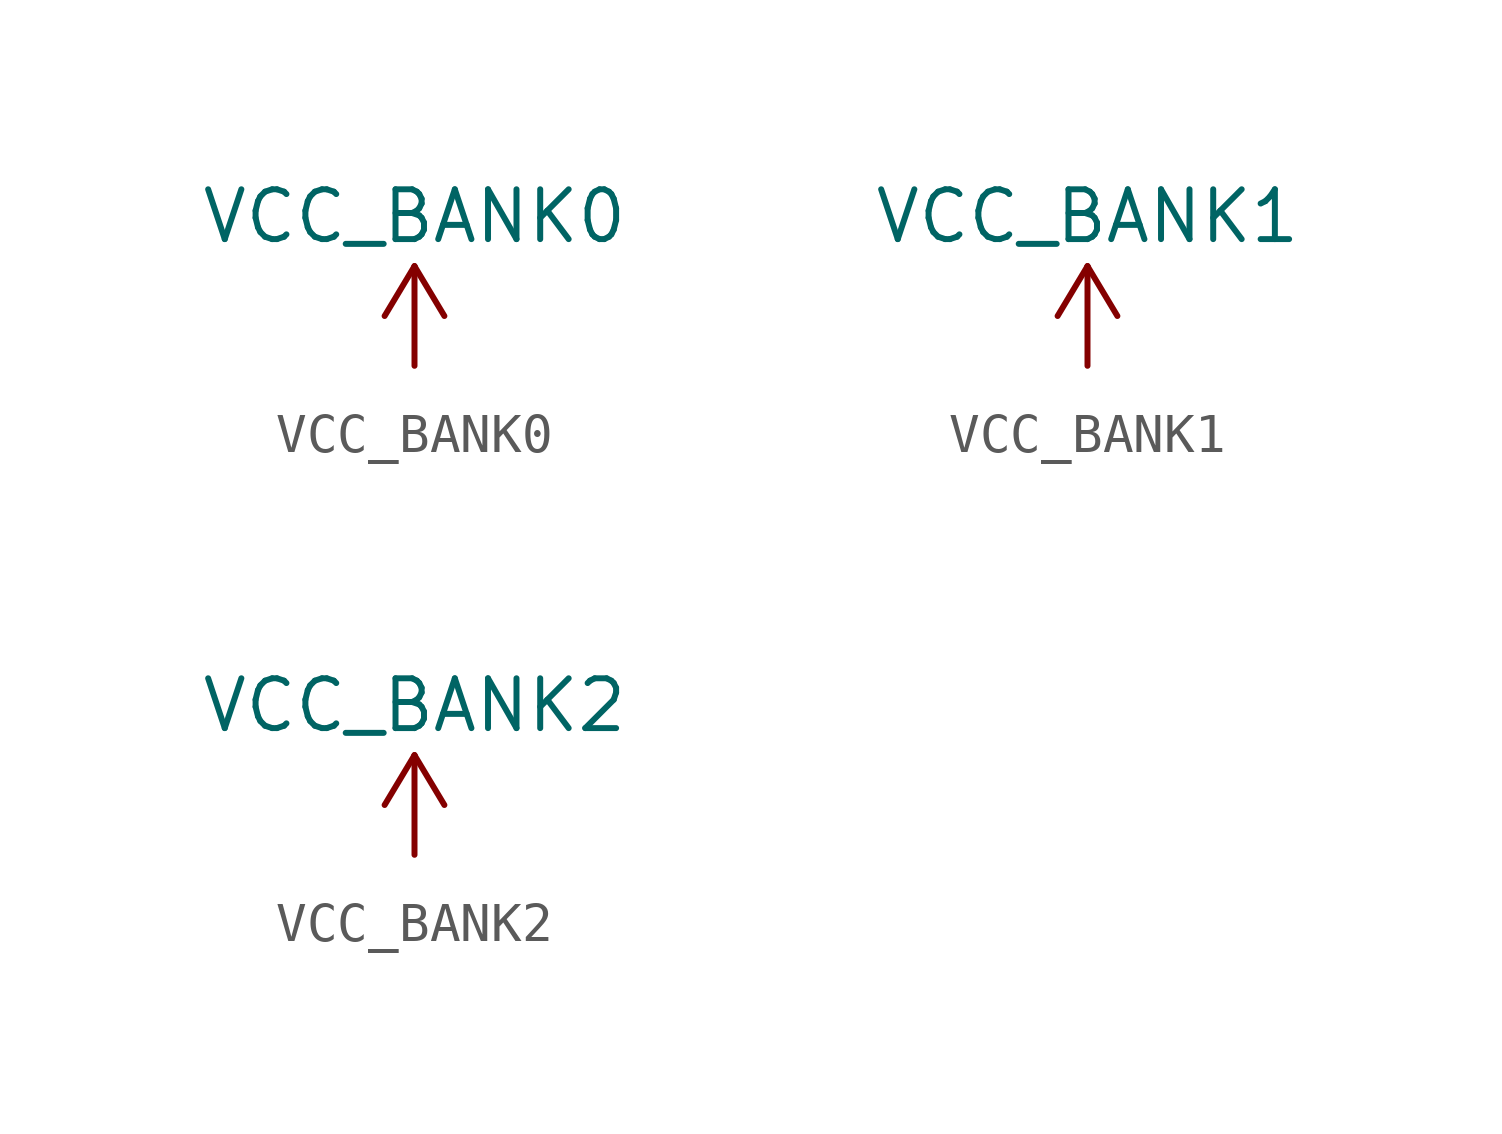
<source format=kicad_sym>
(kicad_symbol_lib
  (version 20220914)
  (generator kicad_symbol_editor)
  (symbol "VCC_BANK0"
    (power)
    (pin_names
      (offset 0))
    (property "Reference" "#PWR"
      (at 0 -3.81 0)
      (effects (font (size 1.27 1.27)) hide))
    (property "Value" "VCC_BANK0"
      (at 0 3.81 0)
      (effects (font (size 1.27 1.27))))
    (symbol "VCC_BANK0_0_1"
      (polyline (pts (xy -0.762 1.27) (xy 0 2.54)) (stroke (width 0) (type default)) (fill (type none)))
      (polyline (pts (xy 0 0) (xy 0 2.54)) (stroke (width 0) (type default)) (fill (type none)))
      (polyline (pts (xy 0 2.54) (xy 0.762 1.27)) (stroke (width 0) (type default)) (fill (type none))))
    (symbol "VCC_BANK0_1_1"
      (pin power_in line (at 0 0 90) (length 0) hide (name "VCC_BANK0" (effects (font (size 1.27 1.27)))) (number "1" (effects (font (size 1.27 1.27)))))))
  (symbol "VCC_BANK1"
    (power)
    (pin_names
      (offset 0))
    (property "Reference" "#PWR"
      (at 0 -3.81 0)
      (effects (font (size 1.27 1.27)) hide))
    (property "Value" "VCC_BANK1"
      (at 0 3.81 0)
      (effects (font (size 1.27 1.27))))
    (symbol "VCC_BANK1_0_1"
      (polyline (pts (xy -0.762 1.27) (xy 0 2.54)) (stroke (width 0) (type default)) (fill (type none)))
      (polyline (pts (xy 0 0) (xy 0 2.54)) (stroke (width 0) (type default)) (fill (type none)))
      (polyline (pts (xy 0 2.54) (xy 0.762 1.27)) (stroke (width 0) (type default)) (fill (type none))))
    (symbol "VCC_BANK1_1_1"
      (pin power_in line (at 0 0 90) (length 0) hide (name "VCC_BANK1" (effects (font (size 1.27 1.27)))) (number "1" (effects (font (size 1.27 1.27)))))))
  (symbol "VCC_BANK2"
    (power)
    (pin_names
      (offset 0))
    (property "Reference" "#PWR"
      (at 0 -3.81 0)
      (effects (font (size 1.27 1.27)) hide))
    (property "Value" "VCC_BANK2"
      (at 0 3.81 0)
      (effects (font (size 1.27 1.27))))
    (symbol "VCC_BANK2_0_1"
      (polyline (pts (xy -0.762 1.27) (xy 0 2.54)) (stroke (width 0) (type default)) (fill (type none)))
      (polyline (pts (xy 0 0) (xy 0 2.54)) (stroke (width 0) (type default)) (fill (type none)))
      (polyline (pts (xy 0 2.54) (xy 0.762 1.27)) (stroke (width 0) (type default)) (fill (type none))))
    (symbol "VCC_BANK2_1_1"
      (pin power_in line (at 0 0 90) (length 0) hide (name "VCC_BANK2" (effects (font (size 1.27 1.27)))) (number "1" (effects (font (size 1.27 1.27))))))))
</source>
